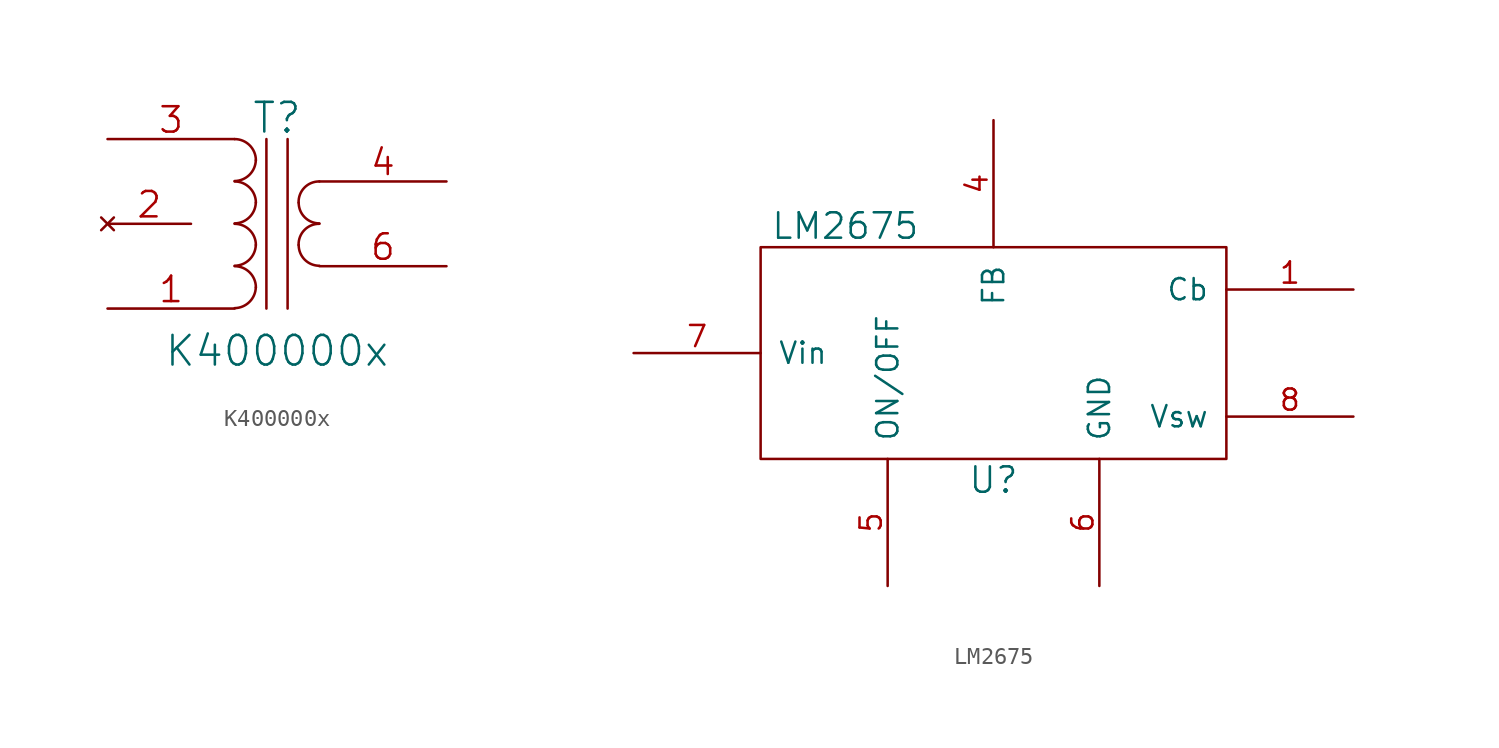
<source format=kicad_sym>
(kicad_symbol_lib
  (version 20220914)
  (generator kicad_symbol_editor)
  (symbol "K400000x"
    (pin_names
      (offset 1.016) hide)
    (property "Reference" "T"
      (at 0 6.35 0)
      (effects (font (size 1.778 1.778))))
    (property "Value" "K400000x"
      (at 0 -7.62 0)
      (effects (font (size 1.778 1.778))))
    (property "Footprint" ""
      (at 0 0 0)
      (effects (font (size 1.524 1.524))))
    (property "Datasheet" ""
      (at 0 0 0)
      (effects (font (size 1.524 1.524))))
    (symbol "K400000x_0_1"
      (arc (start -2.54 -5.0546) (mid -1.6599 -4.6901) (end -1.27 -3.81) (stroke (width 0) (type solid)) (fill (type none)))
      (arc (start -2.54 -2.5146) (mid -1.6599 -2.1501) (end -1.27 -1.27) (stroke (width 0) (type solid)) (fill (type none)))
      (arc (start -2.54 0.0254) (mid -1.6599 0.3899) (end -1.27 1.27) (stroke (width 0) (type solid)) (fill (type none)))
      (arc (start -2.54 2.5654) (mid -1.6599 2.9299) (end -1.27 3.81) (stroke (width 0) (type solid)) (fill (type none)))
      (arc (start -1.27 -3.81) (mid -1.642 -2.912) (end -2.54 -2.54) (stroke (width 0) (type solid)) (fill (type none)))
      (arc (start -1.27 -1.27) (mid -1.642 -0.372) (end -2.54 0) (stroke (width 0) (type solid)) (fill (type none)))
      (arc (start -1.27 1.27) (mid -1.642 2.168) (end -2.54 2.54) (stroke (width 0) (type solid)) (fill (type none)))
      (arc (start -1.27 3.81) (mid -1.642 4.708) (end -2.54 5.08) (stroke (width 0) (type solid)) (fill (type none)))
      (polyline (pts (xy -0.635 5.08) (xy -0.635 -5.08)) (stroke (width 0) (type solid)) (fill (type none)))
      (polyline (pts (xy 0.635 -5.08) (xy 0.635 5.08)) (stroke (width 0) (type solid)) (fill (type none)))
      (arc (start 1.2954 -1.27) (mid 1.6599 -2.1501) (end 2.54 -2.5146) (stroke (width 0) (type solid)) (fill (type none)))
      (arc (start 1.2954 1.27) (mid 1.6599 0.3899) (end 2.54 0.0254) (stroke (width 0) (type solid)) (fill (type none)))
      (arc (start 2.54 0) (mid 1.642 -0.372) (end 1.2954 -1.27) (stroke (width 0) (type solid)) (fill (type none)))
      (arc (start 2.54 2.54) (mid 1.642 2.168) (end 1.2954 1.27) (stroke (width 0) (type solid)) (fill (type none))))
    (symbol "K400000x_1_1"
      (pin passive line (at -10.16 -5.08 0) (length 7.62) (name "AB" (effects (font (size 1.524 1.524)))) (number "1" (effects (font (size 1.524 1.524)))))
      (pin no_connect line (at -10.16 0 0) (length 5.004) (name "~" (effects (font (size 1.524 1.524)))) (number "2" (effects (font (size 1.524 1.524)))))
      (pin passive line (at -10.16 5.08 0) (length 7.62) (name "AA" (effects (font (size 1.524 1.524)))) (number "3" (effects (font (size 1.524 1.524)))))
      (pin passive line (at 10.16 2.54 180) (length 7.62) (name "SB" (effects (font (size 1.524 1.524)))) (number "4" (effects (font (size 1.524 1.524)))))
      (pin passive line (at 10.16 -2.54 180) (length 7.62) (name "SA" (effects (font (size 1.524 1.524)))) (number "6" (effects (font (size 1.524 1.524)))))))
  (symbol "LM2675"
    (pin_names
      (offset 1.016))
    (property "Reference" "U"
      (at 0 -7.62 0)
      (effects (font (size 1.524 1.524))))
    (property "Value" "LM2675"
      (at -8.89 7.62 0)
      (effects (font (size 1.524 1.524))))
    (property "Footprint" ""
      (at 0 0 0)
      (effects (font (size 1.524 1.524))))
    (property "Datasheet" ""
      (at 0 0 0)
      (effects (font (size 1.524 1.524))))
    (symbol "LM2675_0_1"
      (rectangle (start 13.97 6.35) (end -13.97 -6.35) (stroke (width 0) (type solid)) (fill (type none))))
    (symbol "LM2675_1_1"
      (pin input line (at 21.59 3.81 180) (length 7.62) (name "Cb" (effects (font (size 1.27 1.27)))) (number "1" (effects (font (size 1.27 1.27)))))
      (pin input line (at 0 13.97 270) (length 7.62) (name "FB" (effects (font (size 1.27 1.27)))) (number "4" (effects (font (size 1.27 1.27)))))
      (pin input line (at -6.35 -13.97 90) (length 7.62) (name "ON/OFF" (effects (font (size 1.27 1.27)))) (number "5" (effects (font (size 1.27 1.27)))))
      (pin input line (at 6.35 -13.97 90) (length 7.62) (name "GND" (effects (font (size 1.27 1.27)))) (number "6" (effects (font (size 1.27 1.27)))))
      (pin input line (at -21.59 0 0) (length 7.62) (name "Vin" (effects (font (size 1.27 1.27)))) (number "7" (effects (font (size 1.27 1.27)))))
      (pin input line (at 21.59 -3.81 180) (length 7.62) (name "Vsw" (effects (font (size 1.27 1.27)))) (number "8" (effects (font (size 1.27 1.27))))))))
</source>
